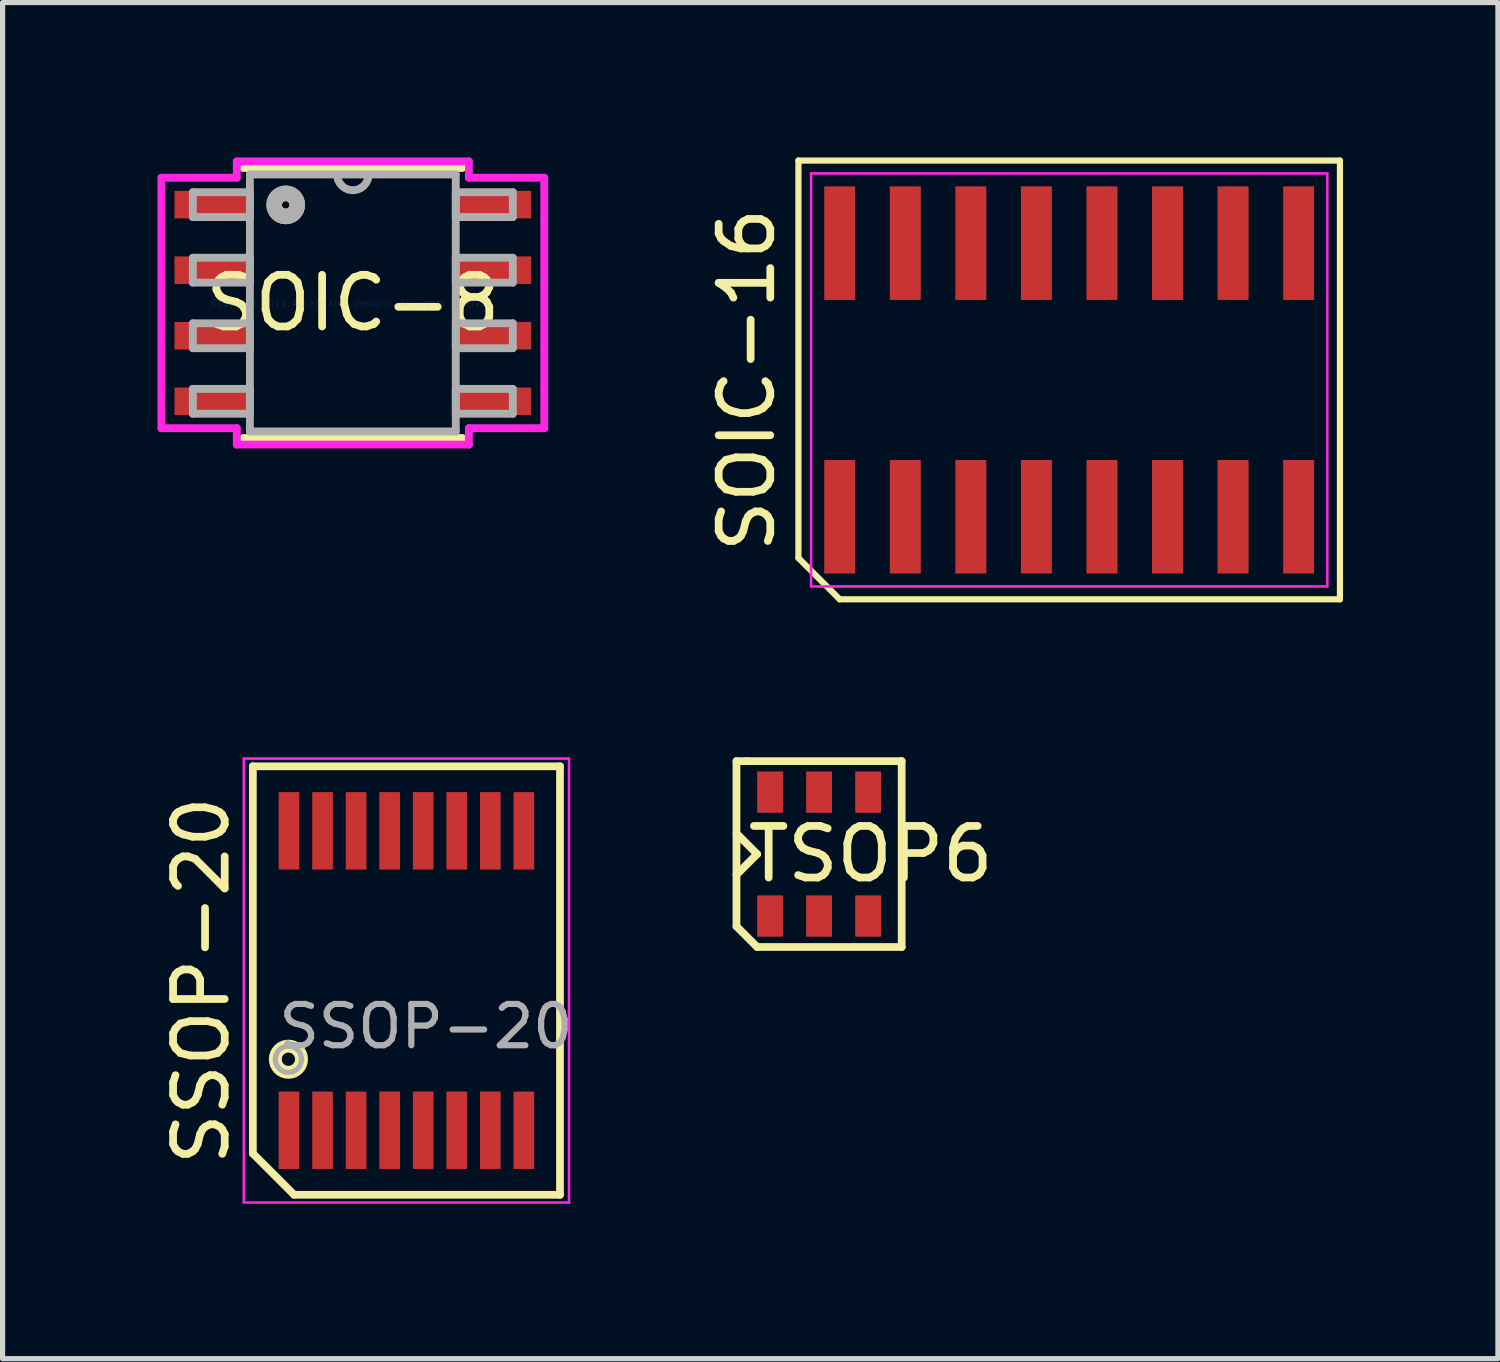
<source format=kicad_pcb>
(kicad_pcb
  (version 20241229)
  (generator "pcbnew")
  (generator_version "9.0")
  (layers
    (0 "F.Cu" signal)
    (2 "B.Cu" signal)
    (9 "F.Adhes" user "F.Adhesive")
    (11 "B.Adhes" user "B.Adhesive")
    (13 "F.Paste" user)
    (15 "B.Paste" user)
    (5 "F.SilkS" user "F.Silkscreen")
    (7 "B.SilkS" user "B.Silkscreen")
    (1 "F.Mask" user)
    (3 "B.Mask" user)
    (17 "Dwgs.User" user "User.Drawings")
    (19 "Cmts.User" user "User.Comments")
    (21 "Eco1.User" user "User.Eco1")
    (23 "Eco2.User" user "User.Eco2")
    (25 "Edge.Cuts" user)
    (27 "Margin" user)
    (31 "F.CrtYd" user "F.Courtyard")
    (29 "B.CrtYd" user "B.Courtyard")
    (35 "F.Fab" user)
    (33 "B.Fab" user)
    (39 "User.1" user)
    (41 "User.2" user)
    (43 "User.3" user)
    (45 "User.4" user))
  (footprint "SSOP-20"
    (layer "F.Cu")
    (at 4.823 15.945)
    (property "Reference" "SSOP-20" (at -3.975 0 90) (layer "F.SilkS") (effects (font (size 1 1) (thickness 0.15))))
    (attr smd)
    (fp_line (start -2.975 -4.15) (end 2.975 -4.15) (stroke (width 0.15) (type solid)) (layer "F.SilkS"))
    (fp_line (start -2.975 3.35) (end -2.975 -4.15) (stroke (width 0.15) (type solid)) (layer "F.SilkS"))
    (fp_line (start -2.175 4.15) (end -2.975 3.35) (stroke (width 0.15) (type solid)) (layer "F.SilkS"))
    (fp_line (start 2.975 -4.15) (end 2.975 4.15) (stroke (width 0.15) (type solid)) (layer "F.SilkS"))
    (fp_line (start 2.975 4.15) (end -2.175 4.15) (stroke (width 0.15) (type solid)) (layer "F.SilkS"))
    (fp_circle (center -2.286 1.524) (end -2.032 1.524) (stroke (width 0.25) (type solid)) (fill no) (layer "F.SilkS"))
    (fp_line (start -3.15 -4.3) (end 3.15 -4.3) (stroke (width 0.05) (type solid)) (layer "F.CrtYd"))
    (fp_line (start -3.15 4.3) (end -3.15 -4.3) (stroke (width 0.05) (type solid)) (layer "F.CrtYd"))
    (fp_line (start 3.15 -4.3) (end 3.15 4.3) (stroke (width 0.05) (type solid)) (layer "F.CrtYd"))
    (fp_line (start 3.15 4.3) (end -3.15 4.3) (stroke (width 0.05) (type solid)) (layer "F.CrtYd"))
    (fp_circle (center -2.286 1.524) (end -2.032 1.524) (stroke (width 0.1) (type solid)) (fill no) (layer "F.Fab"))
    (fp_text user "${REFERENCE}" (at 0.381 0.889 0) (layer "F.Fab") (effects (font (size 0.8 0.8) (thickness 0.12))))
    (pad "1" smd rect (at -2.275 2.9) (size 0.4 1.5) (layers "F.Cu" "F.Mask" "F.Paste"))
    (pad "2" smd rect (at -1.625 2.9) (size 0.4 1.5) (layers "F.Cu" "F.Mask" "F.Paste"))
    (pad "3" smd rect (at -0.975 2.9) (size 0.4 1.5) (layers "F.Cu" "F.Mask" "F.Paste"))
    (pad "4" smd rect (at -0.325 2.9) (size 0.4 1.5) (layers "F.Cu" "F.Mask" "F.Paste"))
    (pad "5" smd rect (at 0.325 2.9) (size 0.4 1.5) (layers "F.Cu" "F.Mask" "F.Paste"))
    (pad "6" smd rect (at 0.975 2.9) (size 0.4 1.5) (layers "F.Cu" "F.Mask" "F.Paste"))
    (pad "7" smd rect (at 1.625 2.9) (size 0.4 1.5) (layers "F.Cu" "F.Mask" "F.Paste"))
    (pad "8" smd rect (at 2.275 2.9) (size 0.4 1.5) (layers "F.Cu" "F.Mask" "F.Paste"))
    (pad "9" smd rect (at 2.275 -2.9) (size 0.4 1.5) (layers "F.Cu" "F.Mask" "F.Paste"))
    (pad "10" smd rect (at 1.625 -2.9) (size 0.4 1.5) (layers "F.Cu" "F.Mask" "F.Paste"))
    (pad "11" smd rect (at 0.975 -2.9) (size 0.4 1.5) (layers "F.Cu" "F.Mask" "F.Paste"))
    (pad "12" smd rect (at 0.325 -2.9) (size 0.4 1.5) (layers "F.Cu" "F.Mask" "F.Paste"))
    (pad "13" smd rect (at -0.325 -2.9) (size 0.4 1.5) (layers "F.Cu" "F.Mask" "F.Paste"))
    (pad "14" smd rect (at -0.975 -2.9) (size 0.4 1.5) (layers "F.Cu" "F.Mask" "F.Paste"))
    (pad "15" smd rect (at -1.625 -2.9) (size 0.4 1.5) (layers "F.Cu" "F.Mask" "F.Paste"))
    (pad "16" smd rect (at -2.275 -2.9) (size 0.4 1.5) (layers "F.Cu" "F.Mask" "F.Paste")))
  (footprint "SOIC-16"
    (layer "F.Cu")
    (at 17.662 4.31)
    (property "Reference" "SOIC-16" (at -6.245 0 90) (layer "F.SilkS") (effects (font (size 1 1) (thickness 0.15))))
    (attr smd)
    (fp_line (start -5.245 -4.25) (end 5.245 -4.25) (stroke (width 0.12) (type solid)) (layer "F.SilkS"))
    (fp_line (start -5.245 3.45) (end -5.245 -4.25) (stroke (width 0.12) (type solid)) (layer "F.SilkS"))
    (fp_line (start -4.445 4.25) (end -5.245 3.45) (stroke (width 0.12) (type solid)) (layer "F.SilkS"))
    (fp_line (start 5.245 -4.25) (end 5.245 4.25) (stroke (width 0.12) (type solid)) (layer "F.SilkS"))
    (fp_line (start 5.245 4.25) (end -4.445 4.25) (stroke (width 0.12) (type solid)) (layer "F.SilkS"))
    (fp_line (start -5 -4) (end 5 -4) (stroke (width 0.05) (type solid)) (layer "F.CrtYd"))
    (fp_line (start -5 4) (end -5 -4) (stroke (width 0.05) (type solid)) (layer "F.CrtYd"))
    (fp_line (start 5 -4) (end 5 4) (stroke (width 0.05) (type solid)) (layer "F.CrtYd"))
    (fp_line (start 5 4) (end -5 4) (stroke (width 0.05) (type solid)) (layer "F.CrtYd"))
    (pad "1" smd rect (at -4.445 2.65) (size 0.6 2.2) (layers "F.Cu" "F.Mask" "F.Paste"))
    (pad "2" smd rect (at -3.175 2.65) (size 0.6 2.2) (layers "F.Cu" "F.Mask" "F.Paste"))
    (pad "3" smd rect (at -1.905 2.65) (size 0.6 2.2) (layers "F.Cu" "F.Mask" "F.Paste"))
    (pad "4" smd rect (at -0.635 2.65) (size 0.6 2.2) (layers "F.Cu" "F.Mask" "F.Paste"))
    (pad "5" smd rect (at 0.635 2.65) (size 0.6 2.2) (layers "F.Cu" "F.Mask" "F.Paste"))
    (pad "6" smd rect (at 1.905 2.65) (size 0.6 2.2) (layers "F.Cu" "F.Mask" "F.Paste"))
    (pad "7" smd rect (at 3.175 2.65) (size 0.6 2.2) (layers "F.Cu" "F.Mask" "F.Paste"))
    (pad "8" smd rect (at 4.445 2.65) (size 0.6 2.2) (layers "F.Cu" "F.Mask" "F.Paste"))
    (pad "9" smd rect (at 4.445 -2.65) (size 0.6 2.2) (layers "F.Cu" "F.Mask" "F.Paste"))
    (pad "10" smd rect (at 3.175 -2.65) (size 0.6 2.2) (layers "F.Cu" "F.Mask" "F.Paste"))
    (pad "11" smd rect (at 1.905 -2.65) (size 0.6 2.2) (layers "F.Cu" "F.Mask" "F.Paste"))
    (pad "12" smd rect (at 0.635 -2.65) (size 0.6 2.2) (layers "F.Cu" "F.Mask" "F.Paste"))
    (pad "13" smd rect (at -0.635 -2.65) (size 0.6 2.2) (layers "F.Cu" "F.Mask" "F.Paste"))
    (pad "14" smd rect (at -1.905 -2.65) (size 0.6 2.2) (layers "F.Cu" "F.Mask" "F.Paste"))
    (pad "15" smd rect (at -3.175 -2.65) (size 0.6 2.2) (layers "F.Cu" "F.Mask" "F.Paste"))
    (pad "16" smd rect (at -4.445 -2.65) (size 0.6 2.2) (layers "F.Cu" "F.Mask" "F.Paste")))
  (footprint "SOIC-8"
    (layer "F.Cu")
    (at 3.785 2.819)
    (property "Reference" "SOIC-8" (at 0 0 0) (layer "F.SilkS") (effects (font (size 1 1) (thickness 0.15))))
    (attr through_hole)
    (fp_line (start -2.121 2.616) (end 2.121 2.616) (stroke (width 0.152) (type solid)) (layer "F.SilkS"))
    (fp_line (start 2.121 -2.616) (end -2.121 -2.616) (stroke (width 0.152) (type solid)) (layer "F.SilkS"))
    (fp_circle (center -1.3 -1.9) (end -1.076 -1.9) (stroke (width 0.3) (type solid)) (fill no) (layer "F.SilkS"))
    (fp_line (start -3.708 -2.426) (end -2.248 -2.426) (stroke (width 0.152) (type solid)) (layer "F.CrtYd"))
    (fp_line (start -3.708 2.426) (end -3.708 -2.426) (stroke (width 0.152) (type solid)) (layer "F.CrtYd"))
    (fp_line (start -2.248 -2.743) (end 2.248 -2.743) (stroke (width 0.152) (type solid)) (layer "F.CrtYd"))
    (fp_line (start -2.248 -2.426) (end -2.248 -2.743) (stroke (width 0.152) (type solid)) (layer "F.CrtYd"))
    (fp_line (start -2.248 2.426) (end -3.708 2.426) (stroke (width 0.152) (type solid)) (layer "F.CrtYd"))
    (fp_line (start -2.248 2.743) (end -2.248 2.426) (stroke (width 0.152) (type solid)) (layer "F.CrtYd"))
    (fp_line (start 2.248 -2.743) (end 2.248 -2.426) (stroke (width 0.152) (type solid)) (layer "F.CrtYd"))
    (fp_line (start 2.248 -2.426) (end 3.708 -2.426) (stroke (width 0.152) (type solid)) (layer "F.CrtYd"))
    (fp_line (start 2.248 2.426) (end 2.248 2.743) (stroke (width 0.152) (type solid)) (layer "F.CrtYd"))
    (fp_line (start 2.248 2.743) (end -2.248 2.743) (stroke (width 0.152) (type solid)) (layer "F.CrtYd"))
    (fp_line (start 3.708 -2.426) (end 3.708 2.426) (stroke (width 0.152) (type solid)) (layer "F.CrtYd"))
    (fp_line (start 3.708 2.426) (end 2.248 2.426) (stroke (width 0.152) (type solid)) (layer "F.CrtYd"))
    (fp_line (start -3.099 -2.146) (end -3.099 -1.664) (stroke (width 0.152) (type solid)) (layer "F.Fab"))
    (fp_line (start -3.099 -1.664) (end -1.994 -1.664) (stroke (width 0.152) (type solid)) (layer "F.Fab"))
    (fp_line (start -3.099 -0.876) (end -3.099 -0.394) (stroke (width 0.152) (type solid)) (layer "F.Fab"))
    (fp_line (start -3.099 -0.394) (end -1.994 -0.394) (stroke (width 0.152) (type solid)) (layer "F.Fab"))
    (fp_line (start -3.099 0.394) (end -3.099 0.876) (stroke (width 0.152) (type solid)) (layer "F.Fab"))
    (fp_line (start -3.099 0.876) (end -1.994 0.876) (stroke (width 0.152) (type solid)) (layer "F.Fab"))
    (fp_line (start -3.099 1.664) (end -3.099 2.146) (stroke (width 0.152) (type solid)) (layer "F.Fab"))
    (fp_line (start -3.099 2.146) (end -1.994 2.146) (stroke (width 0.152) (type solid)) (layer "F.Fab"))
    (fp_line (start -1.994 -2.489) (end -1.994 2.489) (stroke (width 0.152) (type solid)) (layer "F.Fab"))
    (fp_line (start -1.994 -2.146) (end -3.099 -2.146) (stroke (width 0.152) (type solid)) (layer "F.Fab"))
    (fp_line (start -1.994 -1.664) (end -1.994 -2.146) (stroke (width 0.152) (type solid)) (layer "F.Fab"))
    (fp_line (start -1.994 -0.876) (end -3.099 -0.876) (stroke (width 0.152) (type solid)) (layer "F.Fab"))
    (fp_line (start -1.994 -0.394) (end -1.994 -0.876) (stroke (width 0.152) (type solid)) (layer "F.Fab"))
    (fp_line (start -1.994 0.394) (end -3.099 0.394) (stroke (width 0.152) (type solid)) (layer "F.Fab"))
    (fp_line (start -1.994 0.876) (end -1.994 0.394) (stroke (width 0.152) (type solid)) (layer "F.Fab"))
    (fp_line (start -1.994 1.664) (end -3.099 1.664) (stroke (width 0.152) (type solid)) (layer "F.Fab"))
    (fp_line (start -1.994 2.146) (end -1.994 1.664) (stroke (width 0.152) (type solid)) (layer "F.Fab"))
    (fp_line (start -1.994 2.489) (end 1.994 2.489) (stroke (width 0.152) (type solid)) (layer "F.Fab"))
    (fp_line (start 1.994 -2.489) (end -1.994 -2.489) (stroke (width 0.152) (type solid)) (layer "F.Fab"))
    (fp_line (start 1.994 -2.146) (end 1.994 -1.664) (stroke (width 0.152) (type solid)) (layer "F.Fab"))
    (fp_line (start 1.994 -1.664) (end 3.099 -1.664) (stroke (width 0.152) (type solid)) (layer "F.Fab"))
    (fp_line (start 1.994 -0.876) (end 1.994 -0.394) (stroke (width 0.152) (type solid)) (layer "F.Fab"))
    (fp_line (start 1.994 -0.394) (end 3.099 -0.394) (stroke (width 0.152) (type solid)) (layer "F.Fab"))
    (fp_line (start 1.994 0.394) (end 1.994 0.876) (stroke (width 0.152) (type solid)) (layer "F.Fab"))
    (fp_line (start 1.994 0.876) (end 3.099 0.876) (stroke (width 0.152) (type solid)) (layer "F.Fab"))
    (fp_line (start 1.994 1.664) (end 1.994 2.146) (stroke (width 0.152) (type solid)) (layer "F.Fab"))
    (fp_line (start 1.994 2.146) (end 3.099 2.146) (stroke (width 0.152) (type solid)) (layer "F.Fab"))
    (fp_line (start 1.994 2.489) (end 1.994 -2.489) (stroke (width 0.152) (type solid)) (layer "F.Fab"))
    (fp_line (start 3.099 -2.146) (end 1.994 -2.146) (stroke (width 0.152) (type solid)) (layer "F.Fab"))
    (fp_line (start 3.099 -1.664) (end 3.099 -2.146) (stroke (width 0.152) (type solid)) (layer "F.Fab"))
    (fp_line (start 3.099 -0.876) (end 1.994 -0.876) (stroke (width 0.152) (type solid)) (layer "F.Fab"))
    (fp_line (start 3.099 -0.394) (end 3.099 -0.876) (stroke (width 0.152) (type solid)) (layer "F.Fab"))
    (fp_line (start 3.099 0.394) (end 1.994 0.394) (stroke (width 0.152) (type solid)) (layer "F.Fab"))
    (fp_line (start 3.099 0.876) (end 3.099 0.394) (stroke (width 0.152) (type solid)) (layer "F.Fab"))
    (fp_line (start 3.099 1.664) (end 1.994 1.664) (stroke (width 0.152) (type solid)) (layer "F.Fab"))
    (fp_line (start 3.099 2.146) (end 3.099 1.664) (stroke (width 0.152) (type solid)) (layer "F.Fab"))
    (fp_arc (start 0.3048 -2.4892) (mid 0 -2.1844) (end -0.3048 -2.4892) (stroke (width 0.1524) (type solid)) (layer "F.Fab"))
    (fp_circle (center -1.3 -1.9) (end -1.076 -1.9) (stroke (width 0.3) (type solid)) (fill no) (layer "F.Fab"))
    (fp_text user "Copyright 2016 Accelerated Designs. All rights reserved." (at 0 0 0) (layer "Cmts.User") (effects (font (size 0.127 0.127) (thickness 0.002))))
    (pad "1" smd rect (at -2.724 -1.905) (size 1.46 0.533) (layers "F.Cu" "F.Mask" "F.Paste"))
    (pad "2" smd rect (at -2.724 -0.635) (size 1.46 0.533) (layers "F.Cu" "F.Mask" "F.Paste"))
    (pad "3" smd rect (at -2.724 0.635) (size 1.46 0.533) (layers "F.Cu" "F.Mask" "F.Paste"))
    (pad "4" smd rect (at -2.724 1.905) (size 1.46 0.533) (layers "F.Cu" "F.Mask" "F.Paste"))
    (pad "5" smd rect (at 2.724 1.905) (size 1.46 0.533) (layers "F.Cu" "F.Mask" "F.Paste"))
    (pad "6" smd rect (at 2.724 0.635) (size 1.46 0.533) (layers "F.Cu" "F.Mask" "F.Paste"))
    (pad "7" smd rect (at 2.724 -0.635) (size 1.46 0.533) (layers "F.Cu" "F.Mask" "F.Paste"))
    (pad "8" smd rect (at 2.724 -1.905) (size 1.46 0.533) (layers "F.Cu" "F.Mask" "F.Paste")))
  (footprint "TSOP6"
    (layer "F.Cu")
    (at 12.817 13.495)
    (property "Reference" "TSOP6" (at 1 0 0) (layer "F.SilkS") (effects (font (size 1 1) (thickness 0.15))))
    (attr through_hole)
    (fp_line (start -1.6 -1.8) (end -1.6 1.4) (stroke (width 0.15) (type solid)) (layer "F.SilkS"))
    (fp_line (start -1.6 0.4) (end -1.2 0) (stroke (width 0.15) (type solid)) (layer "F.SilkS"))
    (fp_line (start -1.6 1.4) (end -1.2 1.8) (stroke (width 0.15) (type solid)) (layer "F.SilkS"))
    (fp_line (start -1.4 -1.8) (end -1.6 -1.8) (stroke (width 0.15) (type solid)) (layer "F.SilkS"))
    (fp_line (start -1.2 0) (end -1.6 -0.4) (stroke (width 0.15) (type solid)) (layer "F.SilkS"))
    (fp_line (start -1.2 1.8) (end 1.6 1.8) (stroke (width 0.15) (type solid)) (layer "F.SilkS"))
    (fp_line (start 1.6 -1.8) (end -1.4 -1.8) (stroke (width 0.15) (type solid)) (layer "F.SilkS"))
    (fp_line (start 1.6 1.8) (end 1.6 -1.8) (stroke (width 0.15) (type solid)) (layer "F.SilkS"))
    (pad "1" smd rect (at -0.95 1.2) (size 0.5 0.8) (layers "F.Cu" "F.Mask" "F.Paste"))
    (pad "2" smd rect (at 0 1.2) (size 0.5 0.8) (layers "F.Cu" "F.Mask" "F.Paste"))
    (pad "3" smd rect (at 0.95 1.2) (size 0.5 0.8) (layers "F.Cu" "F.Mask" "F.Paste"))
    (pad "4" smd rect (at 0.95 -1.2) (size 0.5 0.8) (layers "F.Cu" "F.Mask" "F.Paste"))
    (pad "5" smd rect (at 0 -1.2) (size 0.5 0.8) (layers "F.Cu" "F.Mask" "F.Paste"))
    (pad "6" smd rect (at -0.95 -1.2) (size 0.5 0.8) (layers "F.Cu" "F.Mask" "F.Paste")))
  (gr_rect
    (start -3 -3)
    (end 25.967 23.27)
    (stroke (width 0.1) (type default))
    (fill no)
    (layer "Edge.Cuts")))
</source>
